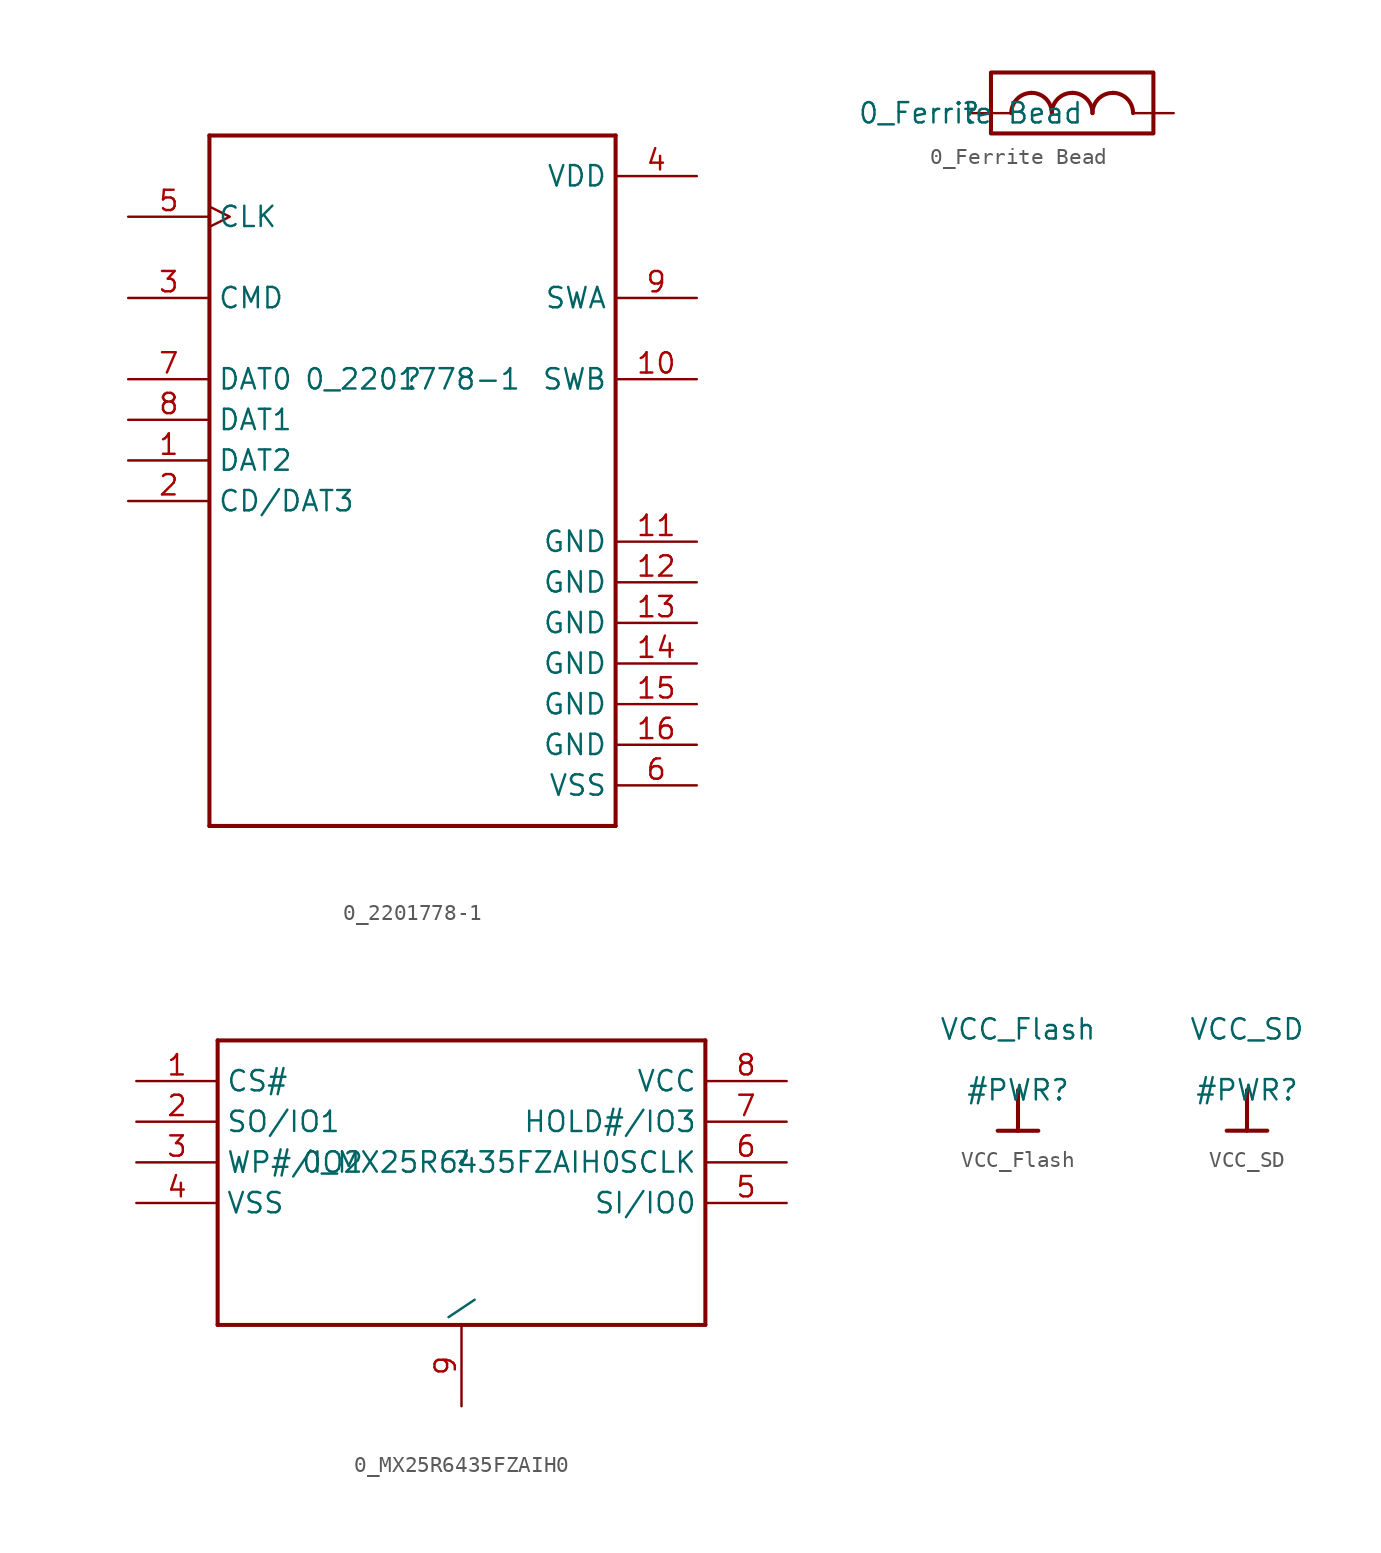
<source format=kicad_sym>
(kicad_symbol_lib
  (version 20211014)
  (generator kicad_symbol_editor)
  (symbol "0_2201778-1"
    (property "Reference" ""
      (at 0 0 0)
      (effects (font (size 1.27 1.27))))
    (property "Value" "0_2201778-1"
      (at 0 0 0)
      (effects (font (size 1.27 1.27))))
    (symbol "0_2201778-1_1_0"
      (polyline (pts (xy -12.7 -27.94) (xy 12.7 -27.94)) (stroke (width 0.254) (type default) (color 0 0 0 0)) (fill (type none)))
      (polyline (pts (xy -12.7 15.24) (xy -12.7 -27.94)) (stroke (width 0.254) (type default) (color 0 0 0 0)) (fill (type none)))
      (polyline (pts (xy 12.7 -27.94) (xy 12.7 15.24)) (stroke (width 0.254) (type default) (color 0 0 0 0)) (fill (type none)))
      (polyline (pts (xy 12.7 15.24) (xy -12.7 15.24)) (stroke (width 0.254) (type default) (color 0 0 0 0)) (fill (type none)))
      (pin bidirectional line (at -17.78 -5.08 0) (length 5.08) (name "DAT2" (effects (font (size 1.27 1.27)))) (number "1" (effects (font (size 1.27 1.27)))))
      (pin passive line (at 17.78 0 180) (length 5.08) (name "SWB" (effects (font (size 1.27 1.27)))) (number "10" (effects (font (size 1.27 1.27)))))
      (pin power_in line (at 17.78 -10.16 180) (length 5.08) (name "GND" (effects (font (size 1.27 1.27)))) (number "11" (effects (font (size 1.27 1.27)))))
      (pin power_in line (at 17.78 -12.7 180) (length 5.08) (name "GND" (effects (font (size 1.27 1.27)))) (number "12" (effects (font (size 1.27 1.27)))))
      (pin power_in line (at 17.78 -15.24 180) (length 5.08) (name "GND" (effects (font (size 1.27 1.27)))) (number "13" (effects (font (size 1.27 1.27)))))
      (pin power_in line (at 17.78 -17.78 180) (length 5.08) (name "GND" (effects (font (size 1.27 1.27)))) (number "14" (effects (font (size 1.27 1.27)))))
      (pin power_in line (at 17.78 -20.32 180) (length 5.08) (name "GND" (effects (font (size 1.27 1.27)))) (number "15" (effects (font (size 1.27 1.27)))))
      (pin power_in line (at 17.78 -22.86 180) (length 5.08) (name "GND" (effects (font (size 1.27 1.27)))) (number "16" (effects (font (size 1.27 1.27)))))
      (pin bidirectional line (at -17.78 -7.62 0) (length 5.08) (name "CD/DAT3" (effects (font (size 1.27 1.27)))) (number "2" (effects (font (size 1.27 1.27)))))
      (pin bidirectional line (at -17.78 5.08 0) (length 5.08) (name "CMD" (effects (font (size 1.27 1.27)))) (number "3" (effects (font (size 1.27 1.27)))))
      (pin power_in line (at 17.78 12.7 180) (length 5.08) (name "VDD" (effects (font (size 1.27 1.27)))) (number "4" (effects (font (size 1.27 1.27)))))
      (pin input clock (at -17.78 10.16 0) (length 5.08) (name "CLK" (effects (font (size 1.27 1.27)))) (number "5" (effects (font (size 1.27 1.27)))))
      (pin power_in line (at 17.78 -25.4 180) (length 5.08) (name "VSS" (effects (font (size 1.27 1.27)))) (number "6" (effects (font (size 1.27 1.27)))))
      (pin bidirectional line (at -17.78 0 0) (length 5.08) (name "DAT0" (effects (font (size 1.27 1.27)))) (number "7" (effects (font (size 1.27 1.27)))))
      (pin bidirectional line (at -17.78 -2.54 0) (length 5.08) (name "DAT1" (effects (font (size 1.27 1.27)))) (number "8" (effects (font (size 1.27 1.27)))))
      (pin passive line (at 17.78 5.08 180) (length 5.08) (name "SWA" (effects (font (size 1.27 1.27)))) (number "9" (effects (font (size 1.27 1.27)))))))
  (symbol "0_Ferrite Bead"
    (property "Reference" ""
      (at 0 0 0)
      (effects (font (size 1.27 1.27))))
    (property "Value" "0_Ferrite Bead"
      (at 0 0 0)
      (effects (font (size 1.27 1.27))))
    (symbol "0_Ferrite Bead_1_0"
      (polyline (pts (xy 11.43 2.54) (xy 11.43 -1.27) (xy 1.27 -1.27) (xy 1.27 2.54) (xy 11.43 2.54)) (stroke (width 0.254) (type default) (color 0 0 0 0)) (fill (type none)))
      (arc (start 3.81 1.27) (mid 2.912 0.898) (end 2.54 0) (stroke (width 0.254) (type default) (color 0 0 0 0)) (fill (type none)))
      (arc (start 5.08 0) (mid 4.708 0.898) (end 3.81 1.27) (stroke (width 0.254) (type default) (color 0 0 0 0)) (fill (type none)))
      (arc (start 6.35 1.27) (mid 5.452 0.898) (end 5.08 0) (stroke (width 0.254) (type default) (color 0 0 0 0)) (fill (type none)))
      (arc (start 7.62 0) (mid 7.248 0.898) (end 6.35 1.27) (stroke (width 0.254) (type default) (color 0 0 0 0)) (fill (type none)))
      (arc (start 8.89 1.27) (mid 7.992 0.898) (end 7.62 0) (stroke (width 0.254) (type default) (color 0 0 0 0)) (fill (type none)))
      (arc (start 10.16 0) (mid 9.788 0.898) (end 8.89 1.27) (stroke (width 0.254) (type default) (color 0 0 0 0)) (fill (type none)))
      (pin passive line (at 0 0 0) (length 2.54) (name "1" (effects (font (size 0 0)))) (number "1" (effects (font (size 0 0)))))
      (pin passive line (at 12.7 0 180) (length 2.54) (name "2" (effects (font (size 0 0)))) (number "2" (effects (font (size 0 0)))))))
  (symbol "0_MX25R6435FZAIH0"
    (property "Reference" ""
      (at 0 0 0)
      (effects (font (size 1.27 1.27))))
    (property "Value" "0_MX25R6435FZAIH0"
      (at 0 0 0)
      (effects (font (size 1.27 1.27))))
    (symbol "0_MX25R6435FZAIH0_1_0"
      (polyline (pts (xy -15.24 -10.16) (xy 15.24 -10.16)) (stroke (width 0.254) (type default) (color 0 0 0 0)) (fill (type none)))
      (polyline (pts (xy -15.24 7.62) (xy -15.24 -10.16)) (stroke (width 0.254) (type default) (color 0 0 0 0)) (fill (type none)))
      (polyline (pts (xy 15.24 -10.16) (xy 15.24 7.62)) (stroke (width 0.254) (type default) (color 0 0 0 0)) (fill (type none)))
      (polyline (pts (xy 15.24 7.62) (xy -15.24 7.62)) (stroke (width 0.254) (type default) (color 0 0 0 0)) (fill (type none)))
      (pin passive line (at -20.32 5.08 0) (length 5.08) (name "CS#" (effects (font (size 1.27 1.27)))) (number "1" (effects (font (size 1.27 1.27)))))
      (pin passive line (at -20.32 2.54 0) (length 5.08) (name "SO/IO1" (effects (font (size 1.27 1.27)))) (number "2" (effects (font (size 1.27 1.27)))))
      (pin passive line (at -20.32 0 0) (length 5.08) (name "WP#/IO2" (effects (font (size 1.27 1.27)))) (number "3" (effects (font (size 1.27 1.27)))))
      (pin passive line (at -20.32 -2.54 0) (length 5.08) (name "VSS" (effects (font (size 1.27 1.27)))) (number "4" (effects (font (size 1.27 1.27)))))
      (pin passive line (at 20.32 -2.54 180) (length 5.08) (name "SI/IO0" (effects (font (size 1.27 1.27)))) (number "5" (effects (font (size 1.27 1.27)))))
      (pin passive line (at 20.32 0 180) (length 5.08) (name "SCLK" (effects (font (size 1.27 1.27)))) (number "6" (effects (font (size 1.27 1.27)))))
      (pin passive line (at 20.32 2.54 180) (length 5.08) (name "HOLD#/IO3" (effects (font (size 1.27 1.27)))) (number "7" (effects (font (size 1.27 1.27)))))
      (pin passive line (at 20.32 5.08 180) (length 5.08) (name "VCC" (effects (font (size 1.27 1.27)))) (number "8" (effects (font (size 1.27 1.27)))))
      (pin passive line (at 0 -15.24 90) (length 5.08) (name "\\" (effects (font (size 1.27 1.27)))) (number "9" (effects (font (size 1.27 1.27)))))))
  (symbol "VCC_Flash"
    (power)
    (property "Reference" "#PWR"
      (at 0 0 0)
      (effects (font (size 1.27 1.27))))
    (property "Value" "VCC_Flash"
      (at 0 3.81 0)
      (effects (font (size 1.27 1.27))))
    (symbol "VCC_Flash_0_0"
      (polyline (pts (xy -1.27 -2.54) (xy 1.27 -2.54)) (stroke (width 0.254) (type default) (color 0 0 0 0)) (fill (type none)))
      (polyline (pts (xy 0 0) (xy 0 -2.54)) (stroke (width 0.254) (type default) (color 0 0 0 0)) (fill (type none)))
      (pin power_in line (at 0 0 0) (length 0) hide (name "VCC_Flash" (effects (font (size 1.27 1.27)))) (number "" (effects (font (size 1.27 1.27)))))))
  (symbol "VCC_SD"
    (power)
    (property "Reference" "#PWR"
      (at 0 0 0)
      (effects (font (size 1.27 1.27))))
    (property "Value" "VCC_SD"
      (at 0 3.81 0)
      (effects (font (size 1.27 1.27))))
    (symbol "VCC_SD_0_0"
      (polyline (pts (xy -1.27 -2.54) (xy 1.27 -2.54)) (stroke (width 0.254) (type default) (color 0 0 0 0)) (fill (type none)))
      (polyline (pts (xy 0 0) (xy 0 -2.54)) (stroke (width 0.254) (type default) (color 0 0 0 0)) (fill (type none)))
      (pin power_in line (at 0 0 0) (length 0) hide (name "VCC_SD" (effects (font (size 1.27 1.27)))) (number "" (effects (font (size 1.27 1.27))))))))
</source>
